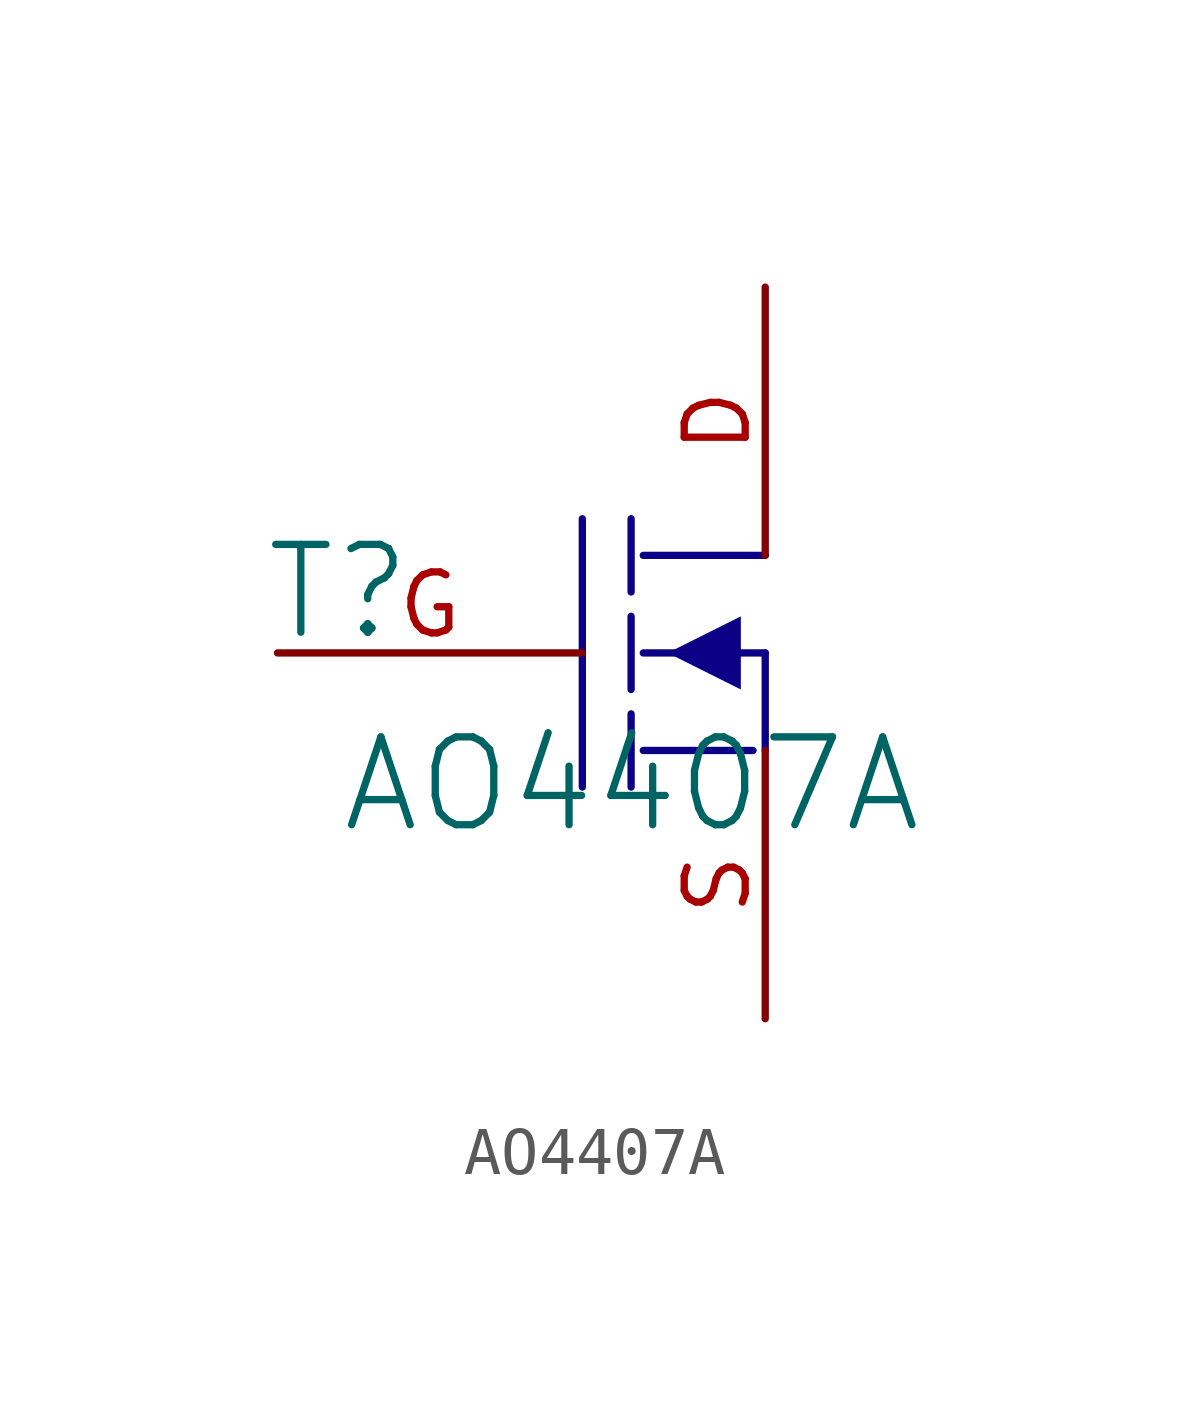
<source format=kicad_sym>
(kicad_symbol_lib
  (version 20241209)
  (generator "kicad_symbol_editor")
  (generator_version "9.0")
  (symbol "AO4407A"
    (pin_names
      (hide yes))
    (property "Reference" "T"
      (at -1.27 1.27 0)
      (effects (font (size 1.829 1.829))))
    (property "Value" "AO4407A"
      (at -1.27 -3.81 0)
      (effects (font (size 1.829 1.829)) (justify left bottom)))
    (symbol "AO4407A_1_0"
      (polyline (pts (xy 3.81 2.794) (xy 3.81 -2.794)) (stroke (width 0) (type solid) (color 12 0 135 1)) (fill (type none)))
      (polyline (pts (xy 4.826 2.794) (xy 4.826 1.27)) (stroke (width 0) (type solid) (color 12 0 135 1)) (fill (type none)))
      (polyline (pts (xy 4.826 0.762) (xy 4.826 -0.762)) (stroke (width 0) (type solid) (color 12 0 135 1)) (fill (type none)))
      (polyline (pts (xy 4.826 -1.27) (xy 4.826 -2.794)) (stroke (width 0) (type solid) (color 12 0 135 1)) (fill (type none)))
      (polyline (pts (xy 5.08 0) (xy 7.62 0)) (stroke (width 0) (type solid) (color 12 0 135 1)) (fill (type none)))
      (polyline (pts (xy 5.08 -2.032) (xy 7.366 -2.032)) (stroke (width 0) (type solid) (color 12 0 135 1)) (fill (type none)))
      (polyline (pts (xy 7.112 0.762) (xy 5.588 0) (xy 7.112 -0.762) (xy 7.112 0.762)) (stroke (width -0.0001) (type solid) (color 12 0 135 1)) (fill (type outline)))
      (polyline (pts (xy 7.62 2.032) (xy 5.08 2.032)) (stroke (width 0) (type solid) (color 12 0 135 1)) (fill (type none)))
      (polyline (pts (xy 7.62 -2.032) (xy 7.62 0)) (stroke (width 0) (type solid) (color 12 0 135 1)) (fill (type none)))
      (pin passive line (at -2.54 0 0) (length 6.35) (name "G" (effects (font (size 1.27 1.27)))) (number "G" (effects (font (size 1.27 1.27)))))
      (pin passive line (at 7.62 7.62 270) (length 5.588) (name "D" (effects (font (size 1.27 1.27)))) (number "D" (effects (font (size 1.27 1.27)))))
      (pin passive line (at 7.62 -7.62 90) (length 5.588) (name "S" (effects (font (size 1.27 1.27)))) (number "S" (effects (font (size 1.27 1.27))))))))
</source>
